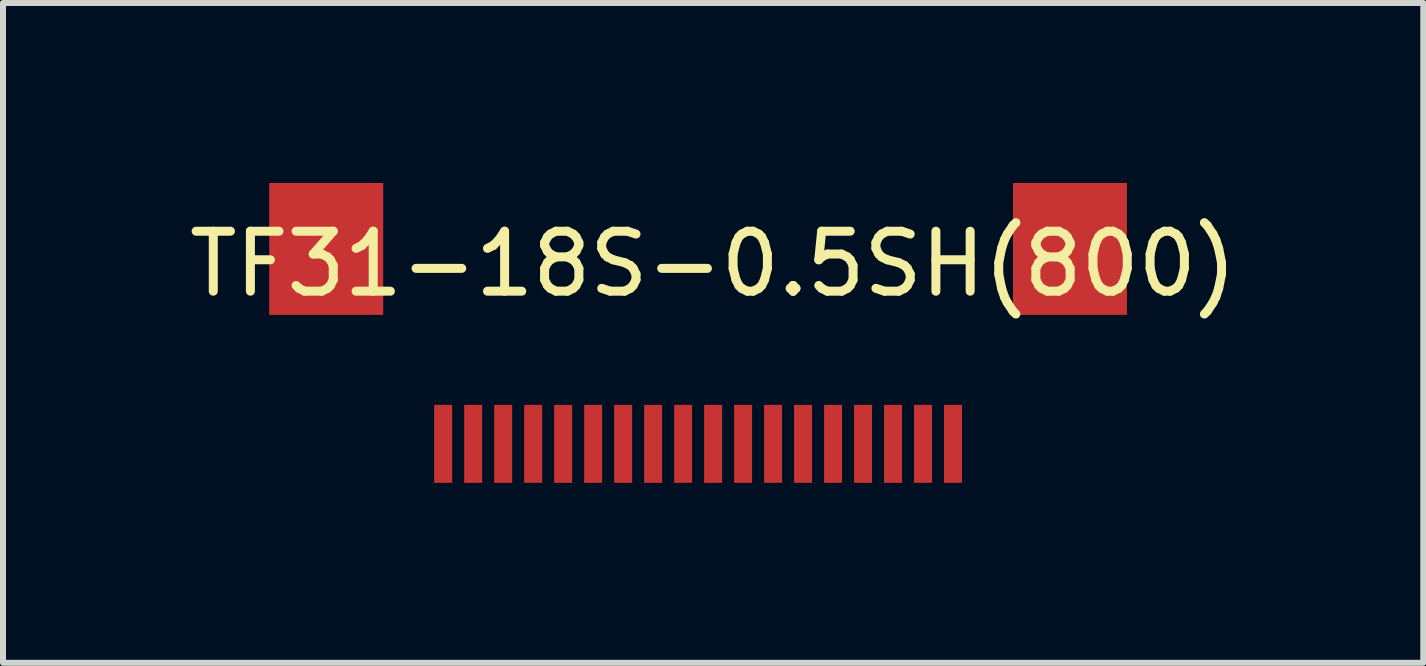
<source format=kicad_pcb>
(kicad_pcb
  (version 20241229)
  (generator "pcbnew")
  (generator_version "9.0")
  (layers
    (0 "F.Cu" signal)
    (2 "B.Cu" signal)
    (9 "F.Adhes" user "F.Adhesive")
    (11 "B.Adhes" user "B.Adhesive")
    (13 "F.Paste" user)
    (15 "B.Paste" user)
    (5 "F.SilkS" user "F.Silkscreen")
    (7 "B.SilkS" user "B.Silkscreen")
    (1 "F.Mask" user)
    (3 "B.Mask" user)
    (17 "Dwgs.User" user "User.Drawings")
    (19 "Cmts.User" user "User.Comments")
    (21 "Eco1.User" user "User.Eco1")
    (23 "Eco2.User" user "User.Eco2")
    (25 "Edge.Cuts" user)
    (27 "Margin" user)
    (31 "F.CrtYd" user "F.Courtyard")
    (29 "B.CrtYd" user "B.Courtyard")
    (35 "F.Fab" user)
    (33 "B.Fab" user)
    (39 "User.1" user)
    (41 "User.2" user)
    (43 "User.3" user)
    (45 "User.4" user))
  (footprint "TF31-18S-0.5SH(800)"
    (layer "F.Cu")
    (at 12.839 4.35)
    (property "Reference" "TF31-18S-0.5SH(800)" (at -4 -3 0) (layer "F.SilkS") (effects (font (size 1 1) (thickness 0.15))))
    (attr through_hole)
    (pad "1" smd rect (at 0 0 90) (size 1.3 0.3) (layers "F.Cu" "F.Mask" "F.Paste"))
    (pad "2" smd rect (at -0.5 0 90) (size 1.3 0.3) (layers "F.Cu" "F.Mask" "F.Paste"))
    (pad "3" smd rect (at -1 0 90) (size 1.3 0.3) (layers "F.Cu" "F.Mask" "F.Paste"))
    (pad "4" smd rect (at -1.5 0 90) (size 1.3 0.3) (layers "F.Cu" "F.Mask" "F.Paste"))
    (pad "5" smd rect (at -2 0 90) (size 1.3 0.3) (layers "F.Cu" "F.Mask" "F.Paste"))
    (pad "6" smd rect (at -2.5 0 90) (size 1.3 0.3) (layers "F.Cu" "F.Mask" "F.Paste"))
    (pad "7" smd rect (at -3 0 90) (size 1.3 0.3) (layers "F.Cu" "F.Mask" "F.Paste"))
    (pad "8" smd rect (at -3.5 0 90) (size 1.3 0.3) (layers "F.Cu" "F.Mask" "F.Paste"))
    (pad "9" smd rect (at -4 0 90) (size 1.3 0.3) (layers "F.Cu" "F.Mask" "F.Paste"))
    (pad "10" smd rect (at -4.5 0 90) (size 1.3 0.3) (layers "F.Cu" "F.Mask" "F.Paste"))
    (pad "11" smd rect (at -5 0 90) (size 1.3 0.3) (layers "F.Cu" "F.Mask" "F.Paste"))
    (pad "12" smd rect (at -5.5 0 90) (size 1.3 0.3) (layers "F.Cu" "F.Mask" "F.Paste"))
    (pad "13" smd rect (at -6 0 90) (size 1.3 0.3) (layers "F.Cu" "F.Mask" "F.Paste"))
    (pad "14" smd rect (at -6.5 0 90) (size 1.3 0.3) (layers "F.Cu" "F.Mask" "F.Paste"))
    (pad "15" smd rect (at -7 0 90) (size 1.3 0.3) (layers "F.Cu" "F.Mask" "F.Paste"))
    (pad "16" smd rect (at -7.5 0 90) (size 1.3 0.3) (layers "F.Cu" "F.Mask" "F.Paste"))
    (pad "17" smd rect (at -8 0 90) (size 1.3 0.3) (layers "F.Cu" "F.Mask" "F.Paste"))
    (pad "18" smd rect (at -8.5 0 90) (size 1.3 0.3) (layers "F.Cu" "F.Mask" "F.Paste"))
    (pad "EPAD1" smd rect (at 1.95 -3.25 90) (size 2.2 1.9) (layers "F.Cu" "F.Mask" "F.Paste"))
    (pad "EPAD2" smd rect (at -10.45 -3.25 90) (size 2.2 1.9) (layers "F.Cu" "F.Mask" "F.Paste")))
  (gr_rect
    (start -3 -3)
    (end 20.679 8)
    (stroke (width 0.1) (type default))
    (fill no)
    (layer "Edge.Cuts")))
</source>
